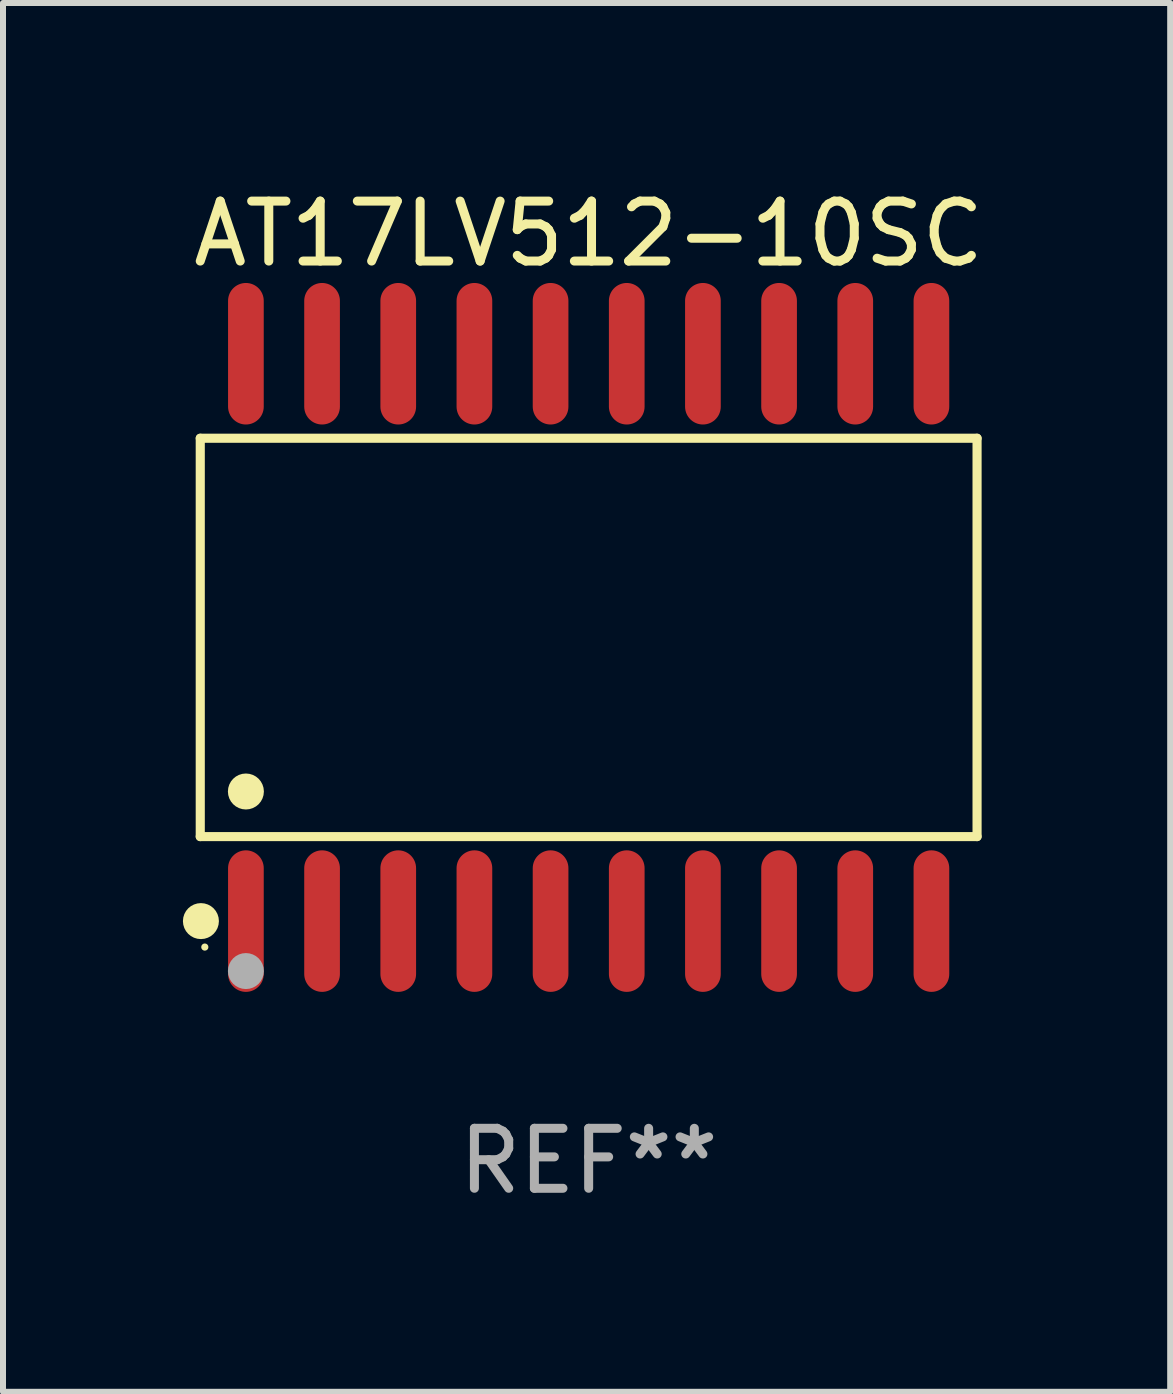
<source format=kicad_pcb>
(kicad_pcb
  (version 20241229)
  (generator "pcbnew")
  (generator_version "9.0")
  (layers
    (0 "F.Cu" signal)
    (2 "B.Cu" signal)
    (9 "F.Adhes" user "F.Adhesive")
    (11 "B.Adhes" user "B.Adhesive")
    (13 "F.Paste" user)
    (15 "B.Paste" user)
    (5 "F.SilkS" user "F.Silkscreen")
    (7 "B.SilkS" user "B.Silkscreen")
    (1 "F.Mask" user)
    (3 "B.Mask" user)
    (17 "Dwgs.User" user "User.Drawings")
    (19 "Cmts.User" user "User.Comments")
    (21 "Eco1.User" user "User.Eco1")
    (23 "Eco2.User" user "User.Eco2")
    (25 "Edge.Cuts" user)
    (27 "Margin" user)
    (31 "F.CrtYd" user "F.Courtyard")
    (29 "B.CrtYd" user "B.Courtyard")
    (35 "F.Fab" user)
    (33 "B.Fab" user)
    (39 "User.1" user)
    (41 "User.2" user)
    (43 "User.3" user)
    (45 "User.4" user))
  (footprint "AT17LV512-10SC"
    (layer "F.Cu")
    (at 6.765 7.578)
    (property "Reference" "AT17LV512-10SC" (at 0 -6.73 0) (layer "F.SilkS") (effects (font (size 1 1) (thickness 0.15))))
    (attr through_hole)
    (fp_line (start -6.476 -3.321) (end 6.476 -3.321) (stroke (width 0.152) (type solid)) (layer "F.SilkS"))
    (fp_line (start -6.476 3.321) (end -6.476 -3.321) (stroke (width 0.152) (type solid)) (layer "F.SilkS"))
    (fp_line (start 6.476 -3.321) (end 6.476 3.321) (stroke (width 0.152) (type solid)) (layer "F.SilkS"))
    (fp_line (start 6.476 3.321) (end -6.476 3.321) (stroke (width 0.152) (type solid)) (layer "F.SilkS"))
    (fp_circle (center -6.465 4.73) (end -6.315 4.73) (stroke (width 0.3) (type solid)) (fill no) (layer "F.SilkS"))
    (fp_circle (center -6.4 5.163) (end -6.37 5.163) (stroke (width 0.06) (type solid)) (fill no) (layer "F.SilkS"))
    (fp_circle (center -5.715 2.569) (end -5.565 2.569) (stroke (width 0.3) (type solid)) (fill no) (layer "F.SilkS"))
    (fp_circle (center -5.715 5.563) (end -5.565 5.563) (stroke (width 0.3) (type solid)) (fill no) (layer "F.Fab"))
    (fp_text user "REF**" (at 0 8.73 0) (layer "F.Fab") (effects (font (size 1 1) (thickness 0.15))))
    (pad "1" smd oval (at -5.715 4.73) (size 0.595 2.36) (layers "F.Cu" "F.Mask" "F.Paste"))
    (pad "2" smd oval (at -4.445 4.73) (size 0.595 2.36) (layers "F.Cu" "F.Mask" "F.Paste"))
    (pad "3" smd oval (at -3.175 4.73) (size 0.595 2.36) (layers "F.Cu" "F.Mask" "F.Paste"))
    (pad "4" smd oval (at -1.905 4.73) (size 0.595 2.36) (layers "F.Cu" "F.Mask" "F.Paste"))
    (pad "5" smd oval (at -0.635 4.73) (size 0.595 2.36) (layers "F.Cu" "F.Mask" "F.Paste"))
    (pad "6" smd oval (at 0.635 4.73) (size 0.595 2.36) (layers "F.Cu" "F.Mask" "F.Paste"))
    (pad "7" smd oval (at 1.905 4.73) (size 0.595 2.36) (layers "F.Cu" "F.Mask" "F.Paste"))
    (pad "8" smd oval (at 3.175 4.73) (size 0.595 2.36) (layers "F.Cu" "F.Mask" "F.Paste"))
    (pad "9" smd oval (at 4.445 4.73) (size 0.595 2.36) (layers "F.Cu" "F.Mask" "F.Paste"))
    (pad "10" smd oval (at 5.715 4.73) (size 0.595 2.36) (layers "F.Cu" "F.Mask" "F.Paste"))
    (pad "11" smd oval (at 5.715 -4.73) (size 0.595 2.36) (layers "F.Cu" "F.Mask" "F.Paste"))
    (pad "12" smd oval (at 4.445 -4.73) (size 0.595 2.36) (layers "F.Cu" "F.Mask" "F.Paste"))
    (pad "13" smd oval (at 3.175 -4.73) (size 0.595 2.36) (layers "F.Cu" "F.Mask" "F.Paste"))
    (pad "14" smd oval (at 1.905 -4.73) (size 0.595 2.36) (layers "F.Cu" "F.Mask" "F.Paste"))
    (pad "15" smd oval (at 0.635 -4.73) (size 0.595 2.36) (layers "F.Cu" "F.Mask" "F.Paste"))
    (pad "16" smd oval (at -0.635 -4.73) (size 0.595 2.36) (layers "F.Cu" "F.Mask" "F.Paste"))
    (pad "17" smd oval (at -1.905 -4.73) (size 0.595 2.36) (layers "F.Cu" "F.Mask" "F.Paste"))
    (pad "18" smd oval (at -3.175 -4.73) (size 0.595 2.36) (layers "F.Cu" "F.Mask" "F.Paste"))
    (pad "19" smd oval (at -4.445 -4.73) (size 0.595 2.36) (layers "F.Cu" "F.Mask" "F.Paste"))
    (pad "20" smd oval (at -5.715 -4.73) (size 0.595 2.36) (layers "F.Cu" "F.Mask" "F.Paste")))
  (gr_rect
    (start -3 -3)
    (end 16.461 20.156)
    (stroke (width 0.1) (type default))
    (fill no)
    (layer "Edge.Cuts")))
</source>
